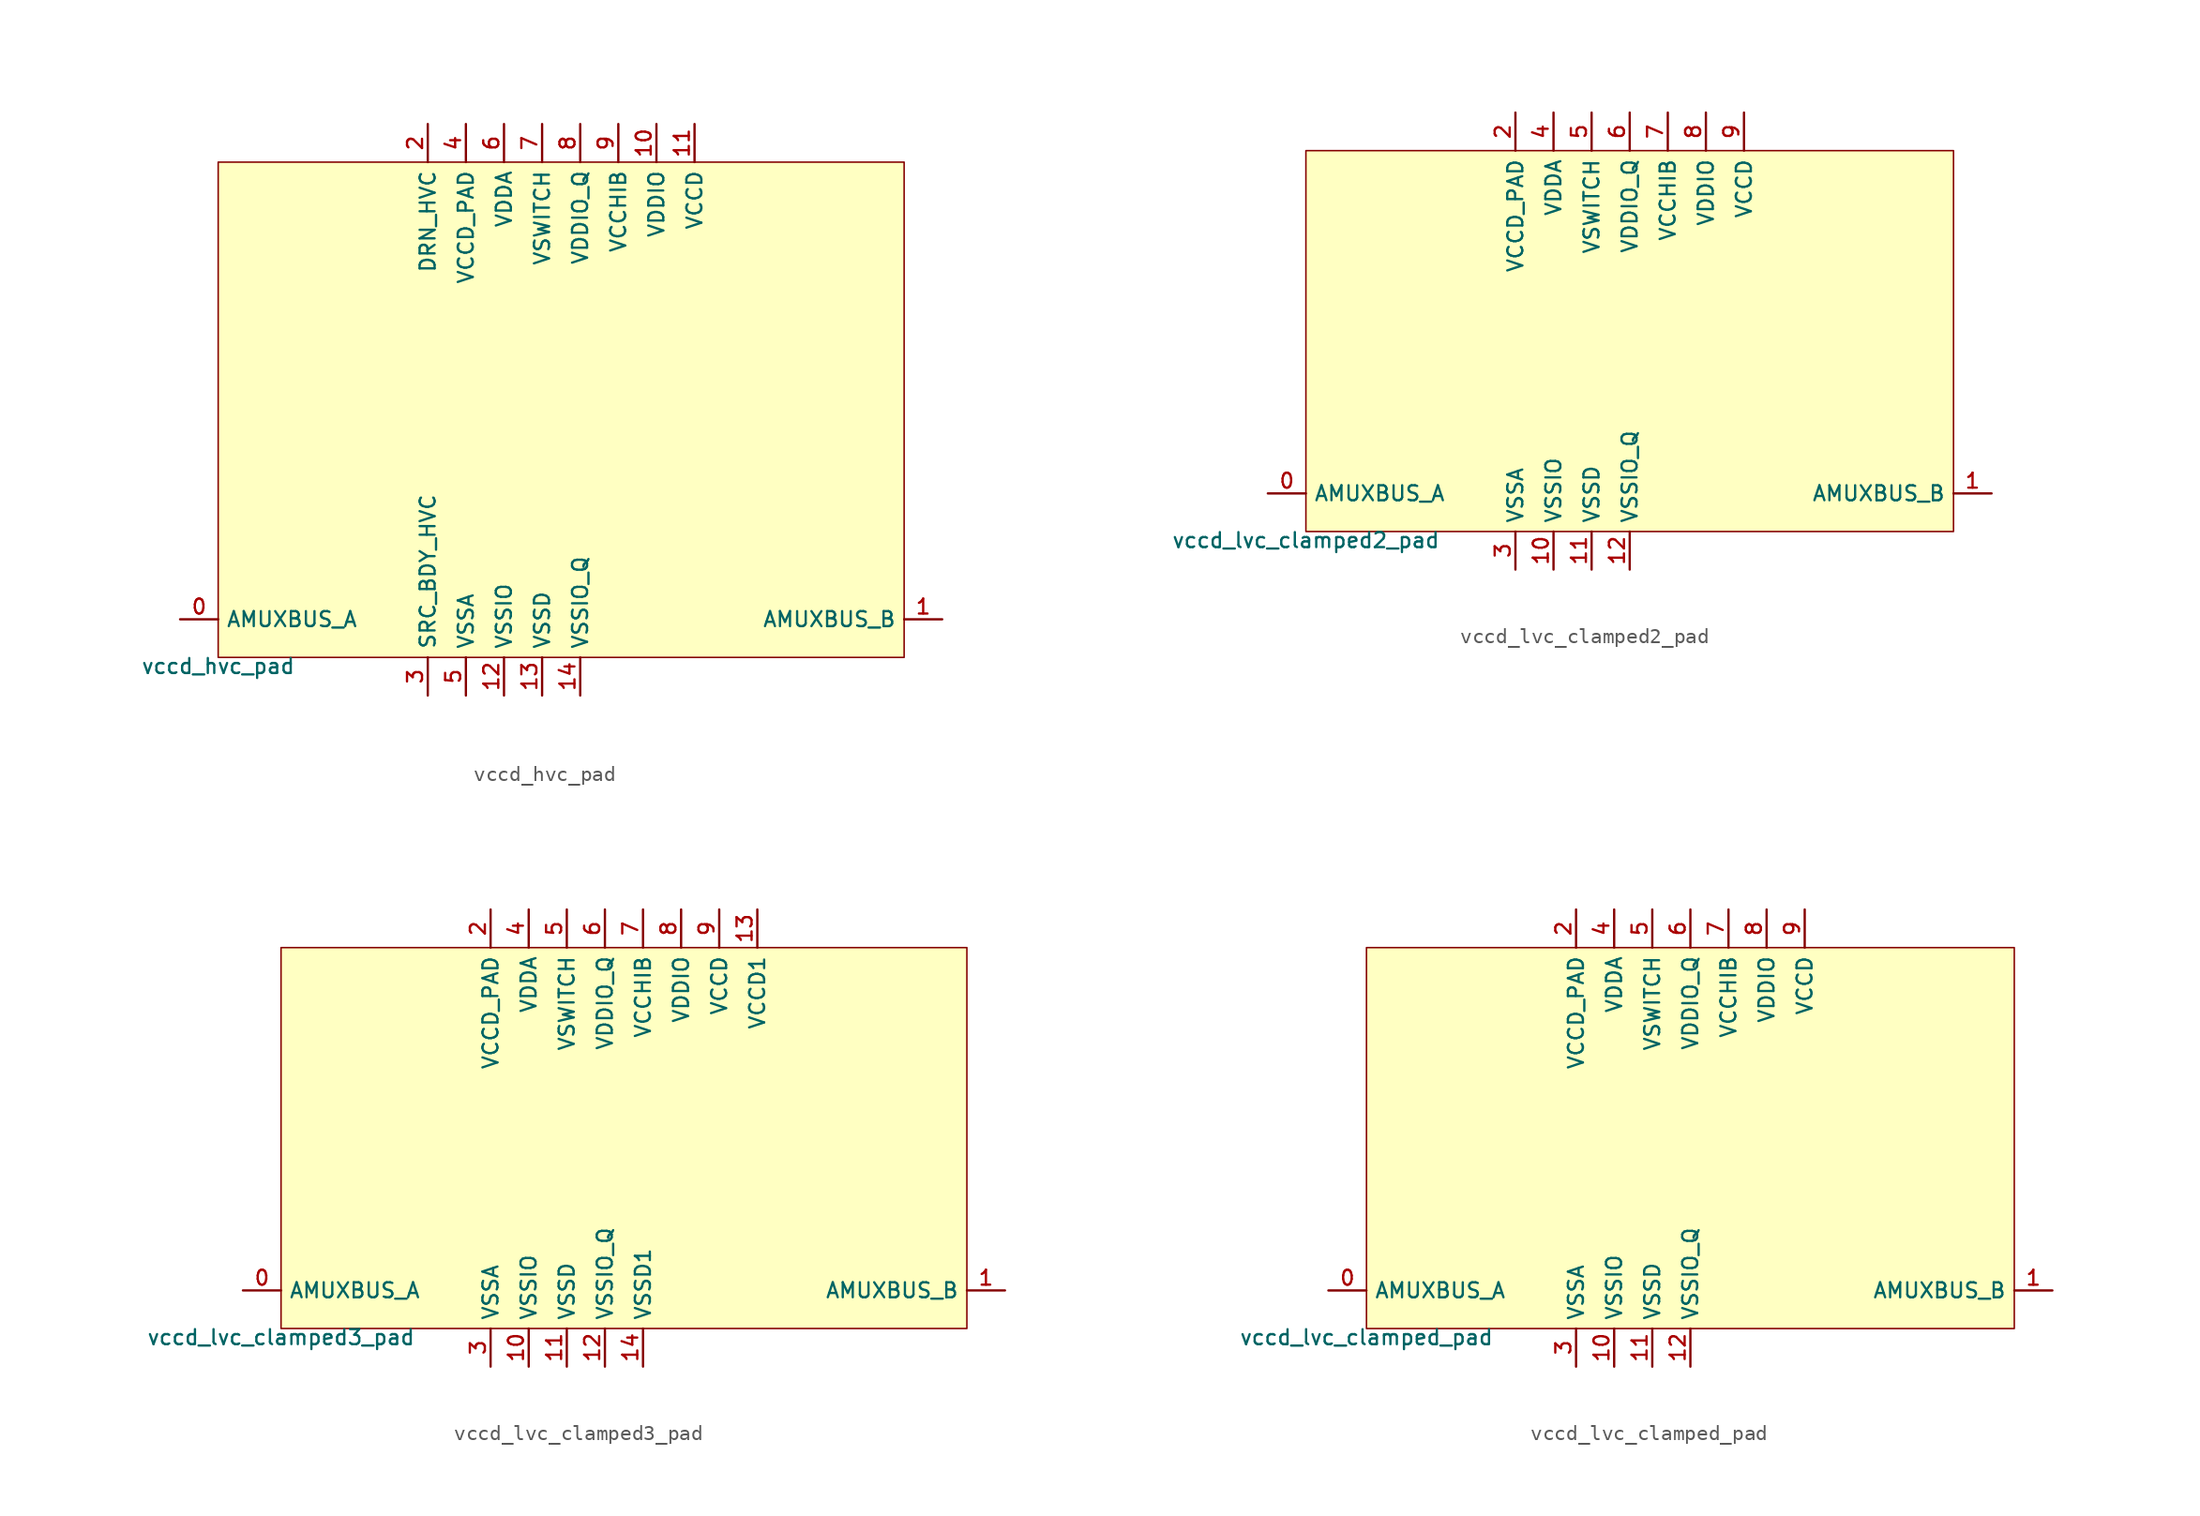
<source format=kicad_sym>
(kicad_symbol_lib
  (version 20211014)
  (generator pdk2kicad)
  (symbol "vccd_hvc_pad"
    (property "Reference" "X"
      (at 0 0 0)
      (effects (font (size 1 1)) hide))
    (property "Value" "vccd_hvc_pad"
      (at -22.86 -16.51 0)
      (effects (font (size 1 1)) (justify top)))
    (rectangle
      (start -22.86 -16.51)
      (end 22.86 16.51)
      (stroke (width 0.1) (type solid) (color 0 0 0 0))
      (fill (type background)))
    (pin bidirectional line
      (at -25.4 -13.97 0)
      (length 2.54)
      (name "AMUXBUS_A" (effects (font (size 1 1)) hide))
      (number "0" (effects (font (size 1 1)) hide)))
    (pin bidirectional line
      (at 25.4 -13.97 180)
      (length 2.54)
      (name "AMUXBUS_B" (effects (font (size 1 1)) hide))
      (number "1" (effects (font (size 1 1)) hide)))
    (pin power_in line
      (at -8.89 19.05 270)
      (length 2.54)
      (name "DRN_HVC" (effects (font (size 1 1)) hide))
      (number "2" (effects (font (size 1 1)) hide)))
    (pin power_in line
      (at -8.89 -19.05 90)
      (length 2.54)
      (name "SRC_BDY_HVC" (effects (font (size 1 1)) hide))
      (number "3" (effects (font (size 1 1)) hide)))
    (pin power_in line
      (at -6.35 19.05 270)
      (length 2.54)
      (name "VCCD_PAD" (effects (font (size 1 1)) hide))
      (number "4" (effects (font (size 1 1)) hide)))
    (pin power_in line
      (at -6.35 -19.05 90)
      (length 2.54)
      (name "VSSA" (effects (font (size 1 1)) hide))
      (number "5" (effects (font (size 1 1)) hide)))
    (pin power_in line
      (at -3.81 19.05 270)
      (length 2.54)
      (name "VDDA" (effects (font (size 1 1)) hide))
      (number "6" (effects (font (size 1 1)) hide)))
    (pin power_in line
      (at -1.27 19.05 270)
      (length 2.54)
      (name "VSWITCH" (effects (font (size 1 1)) hide))
      (number "7" (effects (font (size 1 1)) hide)))
    (pin power_in line
      (at 1.27 19.05 270)
      (length 2.54)
      (name "VDDIO_Q" (effects (font (size 1 1)) hide))
      (number "8" (effects (font (size 1 1)) hide)))
    (pin power_in line
      (at 3.81 19.05 270)
      (length 2.54)
      (name "VCCHIB" (effects (font (size 1 1)) hide))
      (number "9" (effects (font (size 1 1)) hide)))
    (pin power_in line
      (at 6.35 19.05 270)
      (length 2.54)
      (name "VDDIO" (effects (font (size 1 1)) hide))
      (number "10" (effects (font (size 1 1)) hide)))
    (pin power_in line
      (at 8.89 19.05 270)
      (length 2.54)
      (name "VCCD" (effects (font (size 1 1)) hide))
      (number "11" (effects (font (size 1 1)) hide)))
    (pin power_in line
      (at -3.81 -19.05 90)
      (length 2.54)
      (name "VSSIO" (effects (font (size 1 1)) hide))
      (number "12" (effects (font (size 1 1)) hide)))
    (pin power_in line
      (at -1.27 -19.05 90)
      (length 2.54)
      (name "VSSD" (effects (font (size 1 1)) hide))
      (number "13" (effects (font (size 1 1)) hide)))
    (pin power_in line
      (at 1.27 -19.05 90)
      (length 2.54)
      (name "VSSIO_Q" (effects (font (size 1 1)) hide))
      (number "14" (effects (font (size 1 1)) hide))))
  (symbol "vccd_lvc_clamped2_pad"
    (property "Reference" "X"
      (at 0 0 0)
      (effects (font (size 1 1)) hide))
    (property "Value" "vccd_lvc_clamped2_pad"
      (at -21.59 -12.7 0)
      (effects (font (size 1 1)) (justify top)))
    (rectangle
      (start -21.59 -12.7)
      (end 21.59 12.7)
      (stroke (width 0.1) (type solid) (color 0 0 0 0))
      (fill (type background)))
    (pin bidirectional line
      (at -24.13 -10.16 0)
      (length 2.54)
      (name "AMUXBUS_A" (effects (font (size 1 1)) hide))
      (number "0" (effects (font (size 1 1)) hide)))
    (pin bidirectional line
      (at 24.13 -10.16 180)
      (length 2.54)
      (name "AMUXBUS_B" (effects (font (size 1 1)) hide))
      (number "1" (effects (font (size 1 1)) hide)))
    (pin power_in line
      (at -7.62 15.24 270)
      (length 2.54)
      (name "VCCD_PAD" (effects (font (size 1 1)) hide))
      (number "2" (effects (font (size 1 1)) hide)))
    (pin power_in line
      (at -7.62 -15.24 90)
      (length 2.54)
      (name "VSSA" (effects (font (size 1 1)) hide))
      (number "3" (effects (font (size 1 1)) hide)))
    (pin power_in line
      (at -5.08 15.24 270)
      (length 2.54)
      (name "VDDA" (effects (font (size 1 1)) hide))
      (number "4" (effects (font (size 1 1)) hide)))
    (pin power_in line
      (at -2.54 15.24 270)
      (length 2.54)
      (name "VSWITCH" (effects (font (size 1 1)) hide))
      (number "5" (effects (font (size 1 1)) hide)))
    (pin power_in line
      (at 0.0 15.24 270)
      (length 2.54)
      (name "VDDIO_Q" (effects (font (size 1 1)) hide))
      (number "6" (effects (font (size 1 1)) hide)))
    (pin power_in line
      (at 2.54 15.24 270)
      (length 2.54)
      (name "VCCHIB" (effects (font (size 1 1)) hide))
      (number "7" (effects (font (size 1 1)) hide)))
    (pin power_in line
      (at 5.08 15.24 270)
      (length 2.54)
      (name "VDDIO" (effects (font (size 1 1)) hide))
      (number "8" (effects (font (size 1 1)) hide)))
    (pin power_in line
      (at 7.62 15.24 270)
      (length 2.54)
      (name "VCCD" (effects (font (size 1 1)) hide))
      (number "9" (effects (font (size 1 1)) hide)))
    (pin power_in line
      (at -5.08 -15.24 90)
      (length 2.54)
      (name "VSSIO" (effects (font (size 1 1)) hide))
      (number "10" (effects (font (size 1 1)) hide)))
    (pin power_in line
      (at -2.54 -15.24 90)
      (length 2.54)
      (name "VSSD" (effects (font (size 1 1)) hide))
      (number "11" (effects (font (size 1 1)) hide)))
    (pin power_in line
      (at 0.0 -15.24 90)
      (length 2.54)
      (name "VSSIO_Q" (effects (font (size 1 1)) hide))
      (number "12" (effects (font (size 1 1)) hide))))
  (symbol "vccd_lvc_clamped3_pad"
    (property "Reference" "X"
      (at 0 0 0)
      (effects (font (size 1 1)) hide))
    (property "Value" "vccd_lvc_clamped3_pad"
      (at -22.86 -12.7 0)
      (effects (font (size 1 1)) (justify top)))
    (rectangle
      (start -22.86 -12.7)
      (end 22.86 12.7)
      (stroke (width 0.1) (type solid) (color 0 0 0 0))
      (fill (type background)))
    (pin bidirectional line
      (at -25.4 -10.16 0)
      (length 2.54)
      (name "AMUXBUS_A" (effects (font (size 1 1)) hide))
      (number "0" (effects (font (size 1 1)) hide)))
    (pin bidirectional line
      (at 25.4 -10.16 180)
      (length 2.54)
      (name "AMUXBUS_B" (effects (font (size 1 1)) hide))
      (number "1" (effects (font (size 1 1)) hide)))
    (pin power_in line
      (at -8.89 15.24 270)
      (length 2.54)
      (name "VCCD_PAD" (effects (font (size 1 1)) hide))
      (number "2" (effects (font (size 1 1)) hide)))
    (pin power_in line
      (at -8.89 -15.24 90)
      (length 2.54)
      (name "VSSA" (effects (font (size 1 1)) hide))
      (number "3" (effects (font (size 1 1)) hide)))
    (pin power_in line
      (at -6.35 15.24 270)
      (length 2.54)
      (name "VDDA" (effects (font (size 1 1)) hide))
      (number "4" (effects (font (size 1 1)) hide)))
    (pin power_in line
      (at -3.81 15.24 270)
      (length 2.54)
      (name "VSWITCH" (effects (font (size 1 1)) hide))
      (number "5" (effects (font (size 1 1)) hide)))
    (pin power_in line
      (at -1.27 15.24 270)
      (length 2.54)
      (name "VDDIO_Q" (effects (font (size 1 1)) hide))
      (number "6" (effects (font (size 1 1)) hide)))
    (pin power_in line
      (at 1.27 15.24 270)
      (length 2.54)
      (name "VCCHIB" (effects (font (size 1 1)) hide))
      (number "7" (effects (font (size 1 1)) hide)))
    (pin power_in line
      (at 3.81 15.24 270)
      (length 2.54)
      (name "VDDIO" (effects (font (size 1 1)) hide))
      (number "8" (effects (font (size 1 1)) hide)))
    (pin power_in line
      (at 6.35 15.24 270)
      (length 2.54)
      (name "VCCD" (effects (font (size 1 1)) hide))
      (number "9" (effects (font (size 1 1)) hide)))
    (pin power_in line
      (at -6.35 -15.24 90)
      (length 2.54)
      (name "VSSIO" (effects (font (size 1 1)) hide))
      (number "10" (effects (font (size 1 1)) hide)))
    (pin power_in line
      (at -3.81 -15.24 90)
      (length 2.54)
      (name "VSSD" (effects (font (size 1 1)) hide))
      (number "11" (effects (font (size 1 1)) hide)))
    (pin power_in line
      (at -1.27 -15.24 90)
      (length 2.54)
      (name "VSSIO_Q" (effects (font (size 1 1)) hide))
      (number "12" (effects (font (size 1 1)) hide)))
    (pin power_in line
      (at 8.89 15.24 270)
      (length 2.54)
      (name "VCCD1" (effects (font (size 1 1)) hide))
      (number "13" (effects (font (size 1 1)) hide)))
    (pin power_in line
      (at 1.27 -15.24 90)
      (length 2.54)
      (name "VSSD1" (effects (font (size 1 1)) hide))
      (number "14" (effects (font (size 1 1)) hide))))
  (symbol "vccd_lvc_clamped_pad"
    (property "Reference" "X"
      (at 0 0 0)
      (effects (font (size 1 1)) hide))
    (property "Value" "vccd_lvc_clamped_pad"
      (at -21.59 -12.7 0)
      (effects (font (size 1 1)) (justify top)))
    (rectangle
      (start -21.59 -12.7)
      (end 21.59 12.7)
      (stroke (width 0.1) (type solid) (color 0 0 0 0))
      (fill (type background)))
    (pin bidirectional line
      (at -24.13 -10.16 0)
      (length 2.54)
      (name "AMUXBUS_A" (effects (font (size 1 1)) hide))
      (number "0" (effects (font (size 1 1)) hide)))
    (pin bidirectional line
      (at 24.13 -10.16 180)
      (length 2.54)
      (name "AMUXBUS_B" (effects (font (size 1 1)) hide))
      (number "1" (effects (font (size 1 1)) hide)))
    (pin power_in line
      (at -7.62 15.24 270)
      (length 2.54)
      (name "VCCD_PAD" (effects (font (size 1 1)) hide))
      (number "2" (effects (font (size 1 1)) hide)))
    (pin power_in line
      (at -7.62 -15.24 90)
      (length 2.54)
      (name "VSSA" (effects (font (size 1 1)) hide))
      (number "3" (effects (font (size 1 1)) hide)))
    (pin power_in line
      (at -5.08 15.24 270)
      (length 2.54)
      (name "VDDA" (effects (font (size 1 1)) hide))
      (number "4" (effects (font (size 1 1)) hide)))
    (pin power_in line
      (at -2.54 15.24 270)
      (length 2.54)
      (name "VSWITCH" (effects (font (size 1 1)) hide))
      (number "5" (effects (font (size 1 1)) hide)))
    (pin power_in line
      (at 0.0 15.24 270)
      (length 2.54)
      (name "VDDIO_Q" (effects (font (size 1 1)) hide))
      (number "6" (effects (font (size 1 1)) hide)))
    (pin power_in line
      (at 2.54 15.24 270)
      (length 2.54)
      (name "VCCHIB" (effects (font (size 1 1)) hide))
      (number "7" (effects (font (size 1 1)) hide)))
    (pin power_in line
      (at 5.08 15.24 270)
      (length 2.54)
      (name "VDDIO" (effects (font (size 1 1)) hide))
      (number "8" (effects (font (size 1 1)) hide)))
    (pin power_in line
      (at 7.62 15.24 270)
      (length 2.54)
      (name "VCCD" (effects (font (size 1 1)) hide))
      (number "9" (effects (font (size 1 1)) hide)))
    (pin power_in line
      (at -5.08 -15.24 90)
      (length 2.54)
      (name "VSSIO" (effects (font (size 1 1)) hide))
      (number "10" (effects (font (size 1 1)) hide)))
    (pin power_in line
      (at -2.54 -15.24 90)
      (length 2.54)
      (name "VSSD" (effects (font (size 1 1)) hide))
      (number "11" (effects (font (size 1 1)) hide)))
    (pin power_in line
      (at 0.0 -15.24 90)
      (length 2.54)
      (name "VSSIO_Q" (effects (font (size 1 1)) hide))
      (number "12" (effects (font (size 1 1)) hide)))))
</source>
